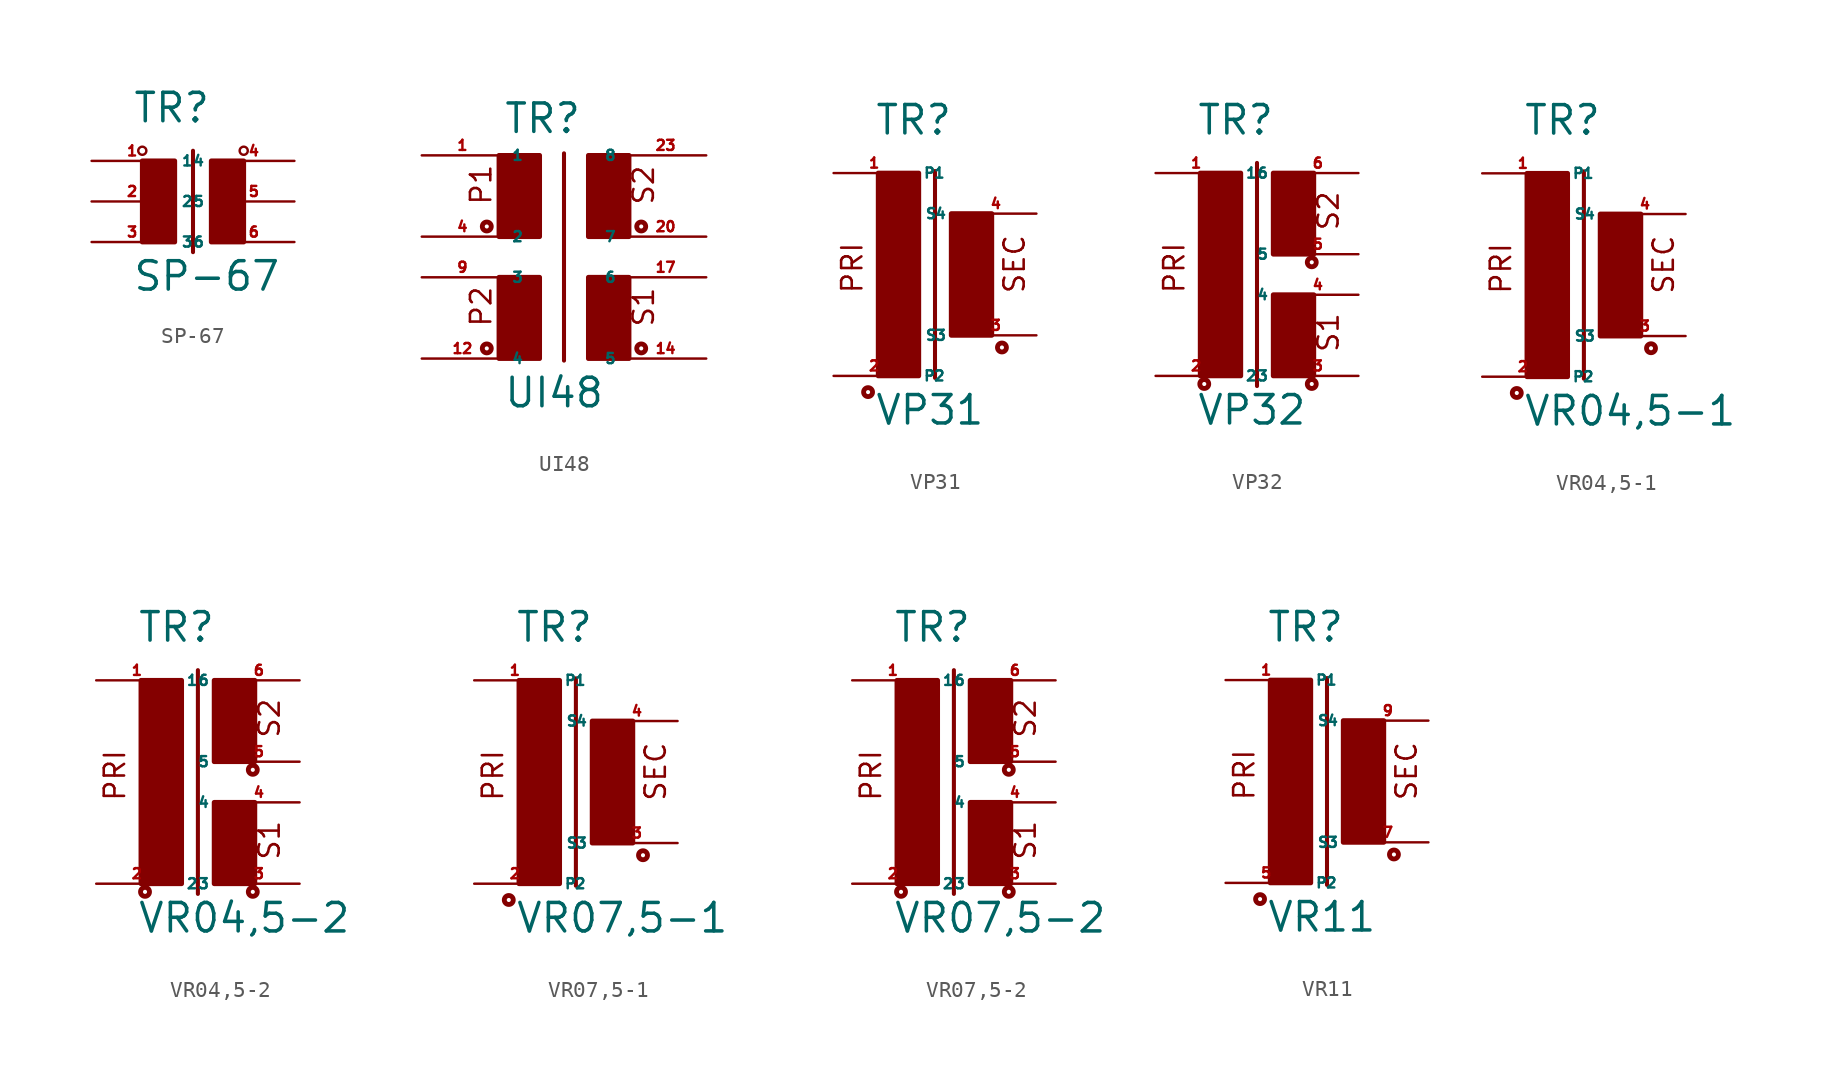
<source format=kicad_sym>
(kicad_symbol_lib
  (version 20220914)
  (generator Eagle2Kicad)
  (symbol "SP-67"
    (property "Reference" "TR"
      (at -2.54 4.826 0)
      (effects (font (size 1.778 1.778) (thickness 0.22)) (justify left bottom)))
    (property "Value" "SP-67"
      (at -2.54 -5.715 0)
      (effects (font (size 1.778 1.778) (thickness 0.22)) (justify left bottom)))
    (polyline
      (pts (xy 1.27 3.175) (xy 1.27 -3.175))
      (stroke (width 0.254) (type default))
      (fill (type none)))
    (circle
      (center -1.905 3.175)
      (radius 0.254)
      (stroke (width 0) (type default))
      (fill (type none)))
    (circle
      (center 4.445 3.175)
      (radius 0.254)
      (stroke (width 0) (type default))
      (fill (type none)))
    (rectangle
      (start -1.905 -2.54)
      (end 0.127 2.54)
      (stroke (width 0.3) (type default))
      (fill (type outline)))
    (rectangle
      (start 2.413 -2.54)
      (end 4.445 2.54)
      (stroke (width 0.3) (type default))
      (fill (type outline)))
    (pin passive line
      (at -5.08 2.54 0)
      (length 5.08)
      (name "1" (effects (font (size 0.635 0.635) (thickness 0.08)) (justify left bottom)))
      (number "1" (effects (font (size 0.635 0.635) (thickness 0.08)) (justify left bottom))))
    (pin passive line
      (at -5.08 0 0)
      (length 5.08)
      (name "2" (effects (font (size 0.635 0.635) (thickness 0.08)) (justify left bottom)))
      (number "2" (effects (font (size 0.635 0.635) (thickness 0.08)) (justify left bottom))))
    (pin passive line
      (at -5.08 -2.54 0)
      (length 5.08)
      (name "3" (effects (font (size 0.635 0.635) (thickness 0.08)) (justify left bottom)))
      (number "3" (effects (font (size 0.635 0.635) (thickness 0.08)) (justify left bottom))))
    (pin passive line
      (at 7.62 2.54 180)
      (length 5.08)
      (name "4" (effects (font (size 0.635 0.635) (thickness 0.08)) (justify left bottom)))
      (number "4" (effects (font (size 0.635 0.635) (thickness 0.08)) (justify left bottom))))
    (pin passive line
      (at 7.62 0 180)
      (length 5.08)
      (name "5" (effects (font (size 0.635 0.635) (thickness 0.08)) (justify left bottom)))
      (number "5" (effects (font (size 0.635 0.635) (thickness 0.08)) (justify left bottom))))
    (pin passive line
      (at 7.62 -2.54 180)
      (length 5.08)
      (name "6" (effects (font (size 0.635 0.635) (thickness 0.08)) (justify left bottom)))
      (number "6" (effects (font (size 0.635 0.635) (thickness 0.08)) (justify left bottom)))))
  (symbol "UI48"
    (property "Reference" "TR"
      (at -2.54 6.35 0)
      (effects (font (size 1.778 1.778) (thickness 0.22)) (justify left bottom)))
    (property "Value" "UI48"
      (at -2.54 -10.795 0)
      (effects (font (size 1.778 1.778) (thickness 0.22)) (justify left bottom)))
    (polyline
      (pts (xy 1.27 5.207) (xy 1.27 -7.747))
      (stroke (width 0.254) (type default))
      (fill (type none)))
    (text "S2"
      (at 6.985 1.905 900)
      (effects (font (size 1.27 1.27) (thickness 0.16)) (justify left bottom)))
    (text "S1"
      (at 6.985 -5.715 900)
      (effects (font (size 1.27 1.27) (thickness 0.16)) (justify left bottom)))
    (text "P2"
      (at -3.175 -5.715 900)
      (effects (font (size 1.27 1.27) (thickness 0.16)) (justify left bottom)))
    (text "P1"
      (at -3.175 1.905 900)
      (effects (font (size 1.27 1.27) (thickness 0.16)) (justify left bottom)))
    (circle
      (center -3.556 0.635)
      (radius 0.127)
      (stroke (width 0.305) (type default))
      (fill (type none)))
    (circle
      (center -3.556 -6.985)
      (radius 0.127)
      (stroke (width 0.305) (type default))
      (fill (type none)))
    (circle
      (center 6.096 0.635)
      (radius 0.127)
      (stroke (width 0.305) (type default))
      (fill (type none)))
    (circle
      (center 6.096 -6.985)
      (radius 0.127)
      (stroke (width 0.305) (type default))
      (fill (type none)))
    (rectangle
      (start -2.794 0)
      (end -0.254 5.08)
      (stroke (width 0.3) (type default))
      (fill (type outline)))
    (rectangle
      (start -2.794 -7.62)
      (end -0.254 -2.54)
      (stroke (width 0.3) (type default))
      (fill (type outline)))
    (rectangle
      (start 2.794 0)
      (end 5.334 5.08)
      (stroke (width 0.3) (type default))
      (fill (type outline)))
    (rectangle
      (start 2.794 -7.62)
      (end 5.334 -2.54)
      (stroke (width 0.3) (type default))
      (fill (type outline)))
    (pin passive line
      (at -7.62 5.08 0)
      (length 5.08)
      (name "1" (effects (font (size 0.635 0.635) (thickness 0.08)) (justify left bottom)))
      (number "1" (effects (font (size 0.635 0.635) (thickness 0.08)) (justify left bottom))))
    (pin passive line
      (at -7.62 0 0)
      (length 5.08)
      (name "2" (effects (font (size 0.635 0.635) (thickness 0.08)) (justify left bottom)))
      (number "4" (effects (font (size 0.635 0.635) (thickness 0.08)) (justify left bottom))))
    (pin passive line
      (at 10.16 -7.62 180)
      (length 5.08)
      (name "5" (effects (font (size 0.635 0.635) (thickness 0.08)) (justify left bottom)))
      (number "14" (effects (font (size 0.635 0.635) (thickness 0.08)) (justify left bottom))))
    (pin passive line
      (at 10.16 -2.54 180)
      (length 5.08)
      (name "6" (effects (font (size 0.635 0.635) (thickness 0.08)) (justify left bottom)))
      (number "17" (effects (font (size 0.635 0.635) (thickness 0.08)) (justify left bottom))))
    (pin passive line
      (at 10.16 0 180)
      (length 5.08)
      (name "7" (effects (font (size 0.635 0.635) (thickness 0.08)) (justify left bottom)))
      (number "20" (effects (font (size 0.635 0.635) (thickness 0.08)) (justify left bottom))))
    (pin passive line
      (at 10.16 5.08 180)
      (length 5.08)
      (name "8" (effects (font (size 0.635 0.635) (thickness 0.08)) (justify left bottom)))
      (number "23" (effects (font (size 0.635 0.635) (thickness 0.08)) (justify left bottom))))
    (pin passive line
      (at -7.62 -2.54 0)
      (length 5.08)
      (name "3" (effects (font (size 0.635 0.635) (thickness 0.08)) (justify left bottom)))
      (number "9" (effects (font (size 0.635 0.635) (thickness 0.08)) (justify left bottom))))
    (pin passive line
      (at -7.62 -7.62 0)
      (length 5.08)
      (name "4" (effects (font (size 0.635 0.635) (thickness 0.08)) (justify left bottom)))
      (number "12" (effects (font (size 0.635 0.635) (thickness 0.08)) (justify left bottom)))))
  (symbol "VP31"
    (property "Reference" "TR"
      (at -2.54 7.366 0)
      (effects (font (size 1.778 1.778) (thickness 0.22)) (justify left bottom)))
    (property "Value" "VP31"
      (at -2.54 -10.795 0)
      (effects (font (size 1.778 1.778) (thickness 0.22)) (justify left bottom)))
    (polyline
      (pts (xy 1.27 5.207) (xy 1.27 -7.747))
      (stroke (width 0.254) (type default))
      (fill (type none)))
    (text "PRI"
      (at -3.175 -2.54 900)
      (effects (font (size 1.27 1.27) (thickness 0.16)) (justify left bottom)))
    (text "SEC"
      (at 6.985 -2.54 900)
      (effects (font (size 1.27 1.27) (thickness 0.16)) (justify left bottom)))
    (circle
      (center -2.921 -8.636)
      (radius 0.127)
      (stroke (width 0.305) (type default))
      (fill (type none)))
    (circle
      (center 5.461 -5.842)
      (radius 0.127)
      (stroke (width 0.305) (type default))
      (fill (type none)))
    (rectangle
      (start -2.286 -7.62)
      (end 0.254 5.08)
      (stroke (width 0.3) (type default))
      (fill (type outline)))
    (rectangle
      (start 2.286 -5.08)
      (end 4.826 2.54)
      (stroke (width 0.3) (type default))
      (fill (type outline)))
    (pin passive line
      (at -5.08 5.08 0)
      (length 5.08)
      (name "P1" (effects (font (size 0.635 0.635) (thickness 0.08)) (justify left bottom)))
      (number "1" (effects (font (size 0.635 0.635) (thickness 0.08)) (justify left bottom))))
    (pin passive line
      (at -5.08 -7.62 0)
      (length 5.08)
      (name "P2" (effects (font (size 0.635 0.635) (thickness 0.08)) (justify left bottom)))
      (number "2" (effects (font (size 0.635 0.635) (thickness 0.08)) (justify left bottom))))
    (pin passive line
      (at 7.62 -5.08 180)
      (length 5.08)
      (name "S3" (effects (font (size 0.635 0.635) (thickness 0.08)) (justify left bottom)))
      (number "3" (effects (font (size 0.635 0.635) (thickness 0.08)) (justify left bottom))))
    (pin passive line
      (at 7.62 2.54 180)
      (length 5.08)
      (name "S4" (effects (font (size 0.635 0.635) (thickness 0.08)) (justify left bottom)))
      (number "4" (effects (font (size 0.635 0.635) (thickness 0.08)) (justify left bottom)))))
  (symbol "VP32"
    (property "Reference" "TR"
      (at -2.54 7.366 0)
      (effects (font (size 1.778 1.778) (thickness 0.22)) (justify left bottom)))
    (property "Value" "VP32"
      (at -2.54 -10.795 0)
      (effects (font (size 1.778 1.778) (thickness 0.22)) (justify left bottom)))
    (polyline
      (pts (xy 1.27 5.715) (xy 1.27 -8.255))
      (stroke (width 0.254) (type default))
      (fill (type none)))
    (text "PRI"
      (at -3.175 -2.54 900)
      (effects (font (size 1.27 1.27) (thickness 0.16)) (justify left bottom)))
    (text "S1"
      (at 6.477 -6.223 900)
      (effects (font (size 1.27 1.27) (thickness 0.16)) (justify left bottom)))
    (text "S2"
      (at 6.477 1.397 900)
      (effects (font (size 1.27 1.27) (thickness 0.16)) (justify left bottom)))
    (circle
      (center -2.032 -8.128)
      (radius 0.127)
      (stroke (width 0.305) (type default))
      (fill (type none)))
    (circle
      (center 4.699 -8.128)
      (radius 0.127)
      (stroke (width 0.305) (type default))
      (fill (type none)))
    (circle
      (center 4.699 -0.508)
      (radius 0.127)
      (stroke (width 0.305) (type default))
      (fill (type none)))
    (rectangle
      (start -2.286 -7.62)
      (end 0.254 5.08)
      (stroke (width 0.3) (type default))
      (fill (type outline)))
    (rectangle
      (start 2.286 0)
      (end 4.826 5.08)
      (stroke (width 0.3) (type default))
      (fill (type outline)))
    (rectangle
      (start 2.286 -7.62)
      (end 4.826 -2.54)
      (stroke (width 0.3) (type default))
      (fill (type outline)))
    (pin passive line
      (at -5.08 5.08 0)
      (length 5.08)
      (name "1" (effects (font (size 0.635 0.635) (thickness 0.08)) (justify left bottom)))
      (number "1" (effects (font (size 0.635 0.635) (thickness 0.08)) (justify left bottom))))
    (pin passive line
      (at -5.08 -7.62 0)
      (length 5.08)
      (name "2" (effects (font (size 0.635 0.635) (thickness 0.08)) (justify left bottom)))
      (number "2" (effects (font (size 0.635 0.635) (thickness 0.08)) (justify left bottom))))
    (pin passive line
      (at 7.62 -7.62 180)
      (length 5.08)
      (name "3" (effects (font (size 0.635 0.635) (thickness 0.08)) (justify left bottom)))
      (number "3" (effects (font (size 0.635 0.635) (thickness 0.08)) (justify left bottom))))
    (pin passive line
      (at 7.62 -2.54 180)
      (length 5.08)
      (name "4" (effects (font (size 0.635 0.635) (thickness 0.08)) (justify left bottom)))
      (number "4" (effects (font (size 0.635 0.635) (thickness 0.08)) (justify left bottom))))
    (pin passive line
      (at 7.62 0 180)
      (length 5.08)
      (name "5" (effects (font (size 0.635 0.635) (thickness 0.08)) (justify left bottom)))
      (number "5" (effects (font (size 0.635 0.635) (thickness 0.08)) (justify left bottom))))
    (pin passive line
      (at 7.62 5.08 180)
      (length 5.08)
      (name "6" (effects (font (size 0.635 0.635) (thickness 0.08)) (justify left bottom)))
      (number "6" (effects (font (size 0.635 0.635) (thickness 0.08)) (justify left bottom)))))
  (symbol "VR04,5-1"
    (property "Reference" "TR"
      (at -2.54 7.366 0)
      (effects (font (size 1.778 1.778) (thickness 0.22)) (justify left bottom)))
    (property "Value" "VR04,5-1"
      (at -2.54 -10.795 0)
      (effects (font (size 1.778 1.778) (thickness 0.22)) (justify left bottom)))
    (polyline
      (pts (xy 1.27 5.207) (xy 1.27 -7.747))
      (stroke (width 0.254) (type default))
      (fill (type none)))
    (text "PRI"
      (at -3.175 -2.54 900)
      (effects (font (size 1.27 1.27) (thickness 0.16)) (justify left bottom)))
    (text "SEC"
      (at 6.985 -2.54 900)
      (effects (font (size 1.27 1.27) (thickness 0.16)) (justify left bottom)))
    (circle
      (center -2.921 -8.636)
      (radius 0.127)
      (stroke (width 0.305) (type default))
      (fill (type none)))
    (circle
      (center 5.461 -5.842)
      (radius 0.127)
      (stroke (width 0.305) (type default))
      (fill (type none)))
    (rectangle
      (start -2.286 -7.62)
      (end 0.254 5.08)
      (stroke (width 0.3) (type default))
      (fill (type outline)))
    (rectangle
      (start 2.286 -5.08)
      (end 4.826 2.54)
      (stroke (width 0.3) (type default))
      (fill (type outline)))
    (pin passive line
      (at -5.08 5.08 0)
      (length 5.08)
      (name "P1" (effects (font (size 0.635 0.635) (thickness 0.08)) (justify left bottom)))
      (number "1" (effects (font (size 0.635 0.635) (thickness 0.08)) (justify left bottom))))
    (pin passive line
      (at -5.08 -7.62 0)
      (length 5.08)
      (name "P2" (effects (font (size 0.635 0.635) (thickness 0.08)) (justify left bottom)))
      (number "2" (effects (font (size 0.635 0.635) (thickness 0.08)) (justify left bottom))))
    (pin passive line
      (at 7.62 -5.08 180)
      (length 5.08)
      (name "S3" (effects (font (size 0.635 0.635) (thickness 0.08)) (justify left bottom)))
      (number "3" (effects (font (size 0.635 0.635) (thickness 0.08)) (justify left bottom))))
    (pin passive line
      (at 7.62 2.54 180)
      (length 5.08)
      (name "S4" (effects (font (size 0.635 0.635) (thickness 0.08)) (justify left bottom)))
      (number "4" (effects (font (size 0.635 0.635) (thickness 0.08)) (justify left bottom)))))
  (symbol "VR04,5-2"
    (property "Reference" "TR"
      (at -2.54 7.366 0)
      (effects (font (size 1.778 1.778) (thickness 0.22)) (justify left bottom)))
    (property "Value" "VR04,5-2"
      (at -2.54 -10.795 0)
      (effects (font (size 1.778 1.778) (thickness 0.22)) (justify left bottom)))
    (polyline
      (pts (xy 1.27 5.715) (xy 1.27 -8.255))
      (stroke (width 0.254) (type default))
      (fill (type none)))
    (text "PRI"
      (at -3.175 -2.54 900)
      (effects (font (size 1.27 1.27) (thickness 0.16)) (justify left bottom)))
    (text "S1"
      (at 6.477 -6.223 900)
      (effects (font (size 1.27 1.27) (thickness 0.16)) (justify left bottom)))
    (text "S2"
      (at 6.477 1.397 900)
      (effects (font (size 1.27 1.27) (thickness 0.16)) (justify left bottom)))
    (circle
      (center -2.032 -8.128)
      (radius 0.127)
      (stroke (width 0.305) (type default))
      (fill (type none)))
    (circle
      (center 4.699 -8.128)
      (radius 0.127)
      (stroke (width 0.305) (type default))
      (fill (type none)))
    (circle
      (center 4.699 -0.508)
      (radius 0.127)
      (stroke (width 0.305) (type default))
      (fill (type none)))
    (rectangle
      (start -2.286 -7.62)
      (end 0.254 5.08)
      (stroke (width 0.3) (type default))
      (fill (type outline)))
    (rectangle
      (start 2.286 0)
      (end 4.826 5.08)
      (stroke (width 0.3) (type default))
      (fill (type outline)))
    (rectangle
      (start 2.286 -7.62)
      (end 4.826 -2.54)
      (stroke (width 0.3) (type default))
      (fill (type outline)))
    (pin passive line
      (at -5.08 5.08 0)
      (length 5.08)
      (name "1" (effects (font (size 0.635 0.635) (thickness 0.08)) (justify left bottom)))
      (number "1" (effects (font (size 0.635 0.635) (thickness 0.08)) (justify left bottom))))
    (pin passive line
      (at -5.08 -7.62 0)
      (length 5.08)
      (name "2" (effects (font (size 0.635 0.635) (thickness 0.08)) (justify left bottom)))
      (number "2" (effects (font (size 0.635 0.635) (thickness 0.08)) (justify left bottom))))
    (pin passive line
      (at 7.62 -7.62 180)
      (length 5.08)
      (name "3" (effects (font (size 0.635 0.635) (thickness 0.08)) (justify left bottom)))
      (number "3" (effects (font (size 0.635 0.635) (thickness 0.08)) (justify left bottom))))
    (pin passive line
      (at 7.62 -2.54 180)
      (length 5.08)
      (name "4" (effects (font (size 0.635 0.635) (thickness 0.08)) (justify left bottom)))
      (number "4" (effects (font (size 0.635 0.635) (thickness 0.08)) (justify left bottom))))
    (pin passive line
      (at 7.62 0 180)
      (length 5.08)
      (name "5" (effects (font (size 0.635 0.635) (thickness 0.08)) (justify left bottom)))
      (number "5" (effects (font (size 0.635 0.635) (thickness 0.08)) (justify left bottom))))
    (pin passive line
      (at 7.62 5.08 180)
      (length 5.08)
      (name "6" (effects (font (size 0.635 0.635) (thickness 0.08)) (justify left bottom)))
      (number "6" (effects (font (size 0.635 0.635) (thickness 0.08)) (justify left bottom)))))
  (symbol "VR07,5-1"
    (property "Reference" "TR"
      (at -2.54 7.366 0)
      (effects (font (size 1.778 1.778) (thickness 0.22)) (justify left bottom)))
    (property "Value" "VR07,5-1"
      (at -2.54 -10.795 0)
      (effects (font (size 1.778 1.778) (thickness 0.22)) (justify left bottom)))
    (polyline
      (pts (xy 1.27 5.207) (xy 1.27 -7.747))
      (stroke (width 0.254) (type default))
      (fill (type none)))
    (text "PRI"
      (at -3.175 -2.54 900)
      (effects (font (size 1.27 1.27) (thickness 0.16)) (justify left bottom)))
    (text "SEC"
      (at 6.985 -2.54 900)
      (effects (font (size 1.27 1.27) (thickness 0.16)) (justify left bottom)))
    (circle
      (center -2.921 -8.636)
      (radius 0.127)
      (stroke (width 0.305) (type default))
      (fill (type none)))
    (circle
      (center 5.461 -5.842)
      (radius 0.127)
      (stroke (width 0.305) (type default))
      (fill (type none)))
    (rectangle
      (start -2.286 -7.62)
      (end 0.254 5.08)
      (stroke (width 0.3) (type default))
      (fill (type outline)))
    (rectangle
      (start 2.286 -5.08)
      (end 4.826 2.54)
      (stroke (width 0.3) (type default))
      (fill (type outline)))
    (pin passive line
      (at -5.08 5.08 0)
      (length 5.08)
      (name "P1" (effects (font (size 0.635 0.635) (thickness 0.08)) (justify left bottom)))
      (number "1" (effects (font (size 0.635 0.635) (thickness 0.08)) (justify left bottom))))
    (pin passive line
      (at -5.08 -7.62 0)
      (length 5.08)
      (name "P2" (effects (font (size 0.635 0.635) (thickness 0.08)) (justify left bottom)))
      (number "2" (effects (font (size 0.635 0.635) (thickness 0.08)) (justify left bottom))))
    (pin passive line
      (at 7.62 -5.08 180)
      (length 5.08)
      (name "S3" (effects (font (size 0.635 0.635) (thickness 0.08)) (justify left bottom)))
      (number "3" (effects (font (size 0.635 0.635) (thickness 0.08)) (justify left bottom))))
    (pin passive line
      (at 7.62 2.54 180)
      (length 5.08)
      (name "S4" (effects (font (size 0.635 0.635) (thickness 0.08)) (justify left bottom)))
      (number "4" (effects (font (size 0.635 0.635) (thickness 0.08)) (justify left bottom)))))
  (symbol "VR07,5-2"
    (property "Reference" "TR"
      (at -2.54 7.366 0)
      (effects (font (size 1.778 1.778) (thickness 0.22)) (justify left bottom)))
    (property "Value" "VR07,5-2"
      (at -2.54 -10.795 0)
      (effects (font (size 1.778 1.778) (thickness 0.22)) (justify left bottom)))
    (polyline
      (pts (xy 1.27 5.715) (xy 1.27 -8.255))
      (stroke (width 0.254) (type default))
      (fill (type none)))
    (text "PRI"
      (at -3.175 -2.54 900)
      (effects (font (size 1.27 1.27) (thickness 0.16)) (justify left bottom)))
    (text "S1"
      (at 6.477 -6.223 900)
      (effects (font (size 1.27 1.27) (thickness 0.16)) (justify left bottom)))
    (text "S2"
      (at 6.477 1.397 900)
      (effects (font (size 1.27 1.27) (thickness 0.16)) (justify left bottom)))
    (circle
      (center -2.032 -8.128)
      (radius 0.127)
      (stroke (width 0.305) (type default))
      (fill (type none)))
    (circle
      (center 4.699 -8.128)
      (radius 0.127)
      (stroke (width 0.305) (type default))
      (fill (type none)))
    (circle
      (center 4.699 -0.508)
      (radius 0.127)
      (stroke (width 0.305) (type default))
      (fill (type none)))
    (rectangle
      (start -2.286 -7.62)
      (end 0.254 5.08)
      (stroke (width 0.3) (type default))
      (fill (type outline)))
    (rectangle
      (start 2.286 0)
      (end 4.826 5.08)
      (stroke (width 0.3) (type default))
      (fill (type outline)))
    (rectangle
      (start 2.286 -7.62)
      (end 4.826 -2.54)
      (stroke (width 0.3) (type default))
      (fill (type outline)))
    (pin passive line
      (at -5.08 5.08 0)
      (length 5.08)
      (name "1" (effects (font (size 0.635 0.635) (thickness 0.08)) (justify left bottom)))
      (number "1" (effects (font (size 0.635 0.635) (thickness 0.08)) (justify left bottom))))
    (pin passive line
      (at -5.08 -7.62 0)
      (length 5.08)
      (name "2" (effects (font (size 0.635 0.635) (thickness 0.08)) (justify left bottom)))
      (number "2" (effects (font (size 0.635 0.635) (thickness 0.08)) (justify left bottom))))
    (pin passive line
      (at 7.62 -7.62 180)
      (length 5.08)
      (name "3" (effects (font (size 0.635 0.635) (thickness 0.08)) (justify left bottom)))
      (number "3" (effects (font (size 0.635 0.635) (thickness 0.08)) (justify left bottom))))
    (pin passive line
      (at 7.62 -2.54 180)
      (length 5.08)
      (name "4" (effects (font (size 0.635 0.635) (thickness 0.08)) (justify left bottom)))
      (number "4" (effects (font (size 0.635 0.635) (thickness 0.08)) (justify left bottom))))
    (pin passive line
      (at 7.62 0 180)
      (length 5.08)
      (name "5" (effects (font (size 0.635 0.635) (thickness 0.08)) (justify left bottom)))
      (number "5" (effects (font (size 0.635 0.635) (thickness 0.08)) (justify left bottom))))
    (pin passive line
      (at 7.62 5.08 180)
      (length 5.08)
      (name "6" (effects (font (size 0.635 0.635) (thickness 0.08)) (justify left bottom)))
      (number "6" (effects (font (size 0.635 0.635) (thickness 0.08)) (justify left bottom)))))
  (symbol "VR11"
    (property "Reference" "TR"
      (at -2.54 7.366 0)
      (effects (font (size 1.778 1.778) (thickness 0.22)) (justify left bottom)))
    (property "Value" "VR11"
      (at -2.54 -10.795 0)
      (effects (font (size 1.778 1.778) (thickness 0.22)) (justify left bottom)))
    (polyline
      (pts (xy 1.27 5.207) (xy 1.27 -7.747))
      (stroke (width 0.254) (type default))
      (fill (type none)))
    (text "PRI"
      (at -3.175 -2.54 900)
      (effects (font (size 1.27 1.27) (thickness 0.16)) (justify left bottom)))
    (text "SEC"
      (at 6.985 -2.54 900)
      (effects (font (size 1.27 1.27) (thickness 0.16)) (justify left bottom)))
    (circle
      (center -2.921 -8.636)
      (radius 0.127)
      (stroke (width 0.305) (type default))
      (fill (type none)))
    (circle
      (center 5.461 -5.842)
      (radius 0.127)
      (stroke (width 0.305) (type default))
      (fill (type none)))
    (rectangle
      (start -2.286 -7.62)
      (end 0.254 5.08)
      (stroke (width 0.3) (type default))
      (fill (type outline)))
    (rectangle
      (start 2.286 -5.08)
      (end 4.826 2.54)
      (stroke (width 0.3) (type default))
      (fill (type outline)))
    (pin passive line
      (at -5.08 5.08 0)
      (length 5.08)
      (name "P1" (effects (font (size 0.635 0.635) (thickness 0.08)) (justify left bottom)))
      (number "1" (effects (font (size 0.635 0.635) (thickness 0.08)) (justify left bottom))))
    (pin passive line
      (at -5.08 -7.62 0)
      (length 5.08)
      (name "P2" (effects (font (size 0.635 0.635) (thickness 0.08)) (justify left bottom)))
      (number "5" (effects (font (size 0.635 0.635) (thickness 0.08)) (justify left bottom))))
    (pin passive line
      (at 7.62 -5.08 180)
      (length 5.08)
      (name "S3" (effects (font (size 0.635 0.635) (thickness 0.08)) (justify left bottom)))
      (number "7" (effects (font (size 0.635 0.635) (thickness 0.08)) (justify left bottom))))
    (pin passive line
      (at 7.62 2.54 180)
      (length 5.08)
      (name "S4" (effects (font (size 0.635 0.635) (thickness 0.08)) (justify left bottom)))
      (number "9" (effects (font (size 0.635 0.635) (thickness 0.08)) (justify left bottom))))))
</source>
